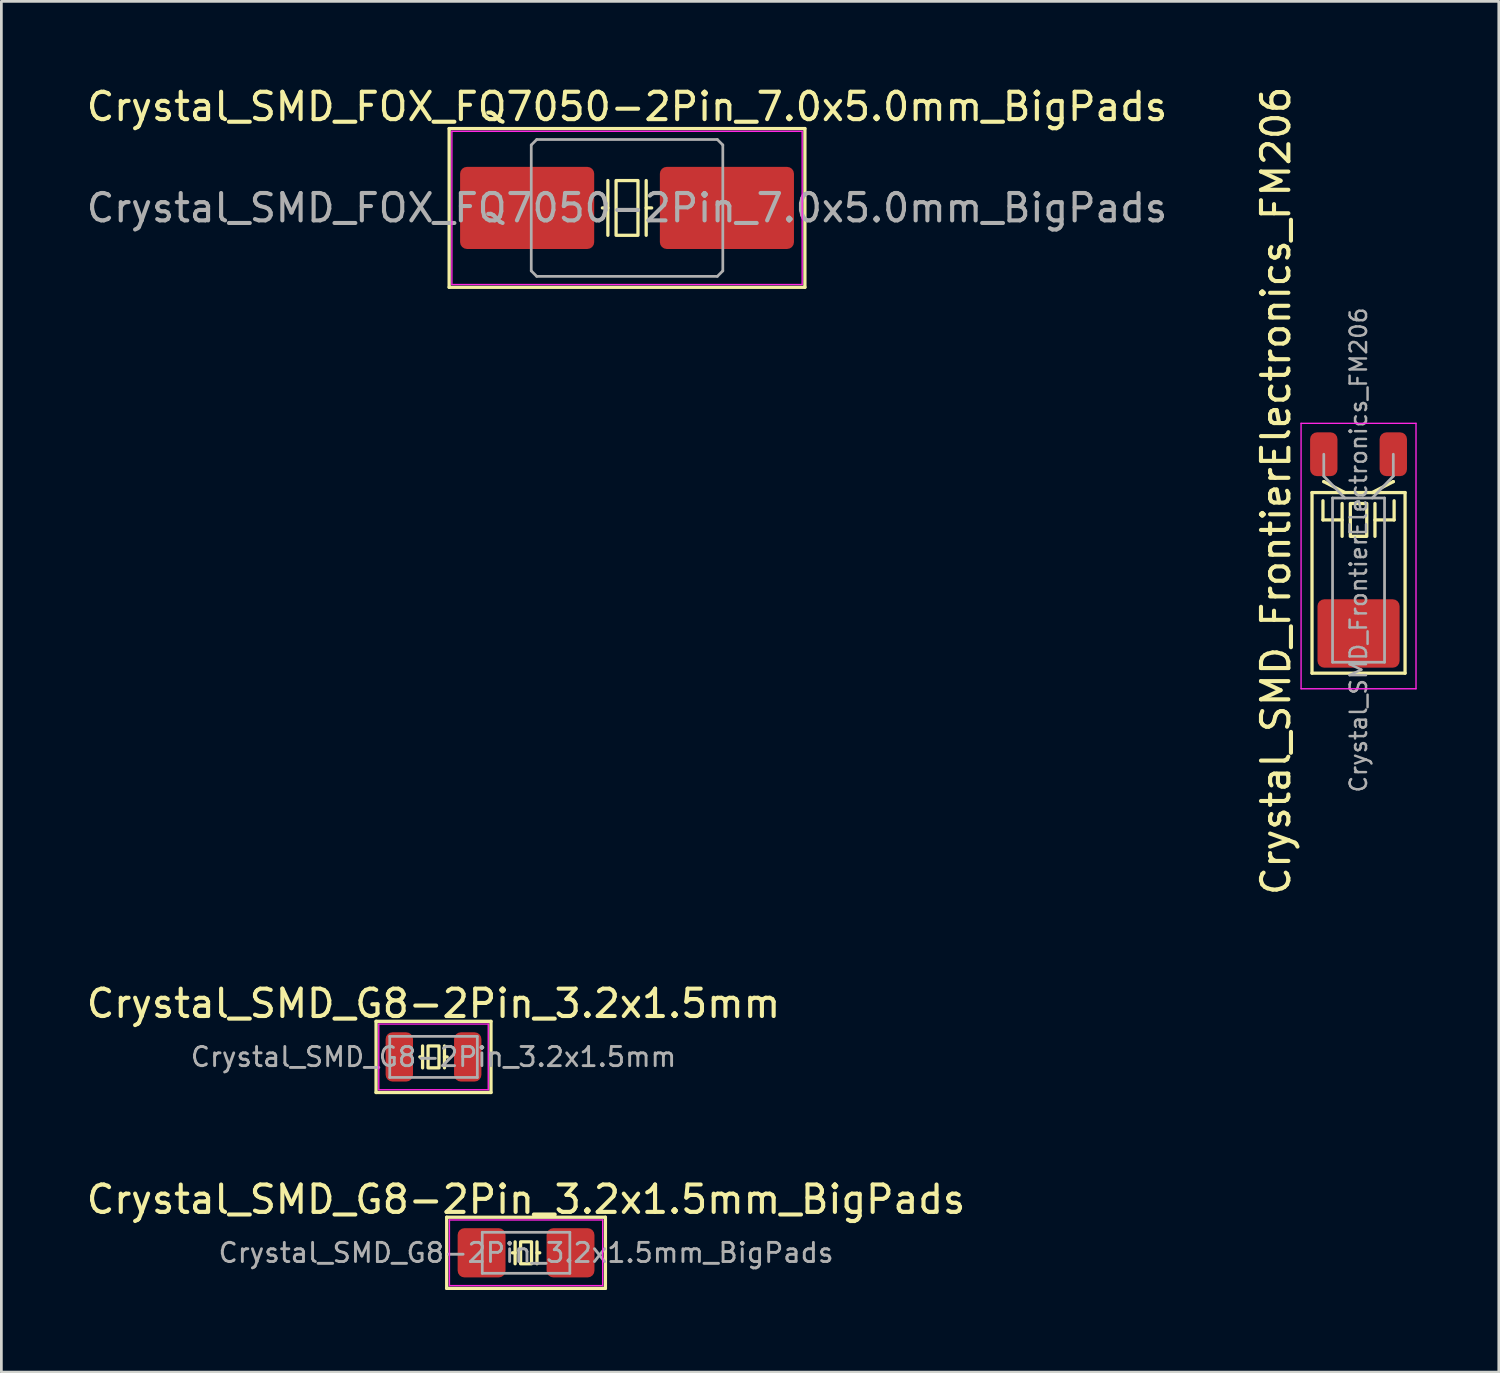
<source format=kicad_pcb>
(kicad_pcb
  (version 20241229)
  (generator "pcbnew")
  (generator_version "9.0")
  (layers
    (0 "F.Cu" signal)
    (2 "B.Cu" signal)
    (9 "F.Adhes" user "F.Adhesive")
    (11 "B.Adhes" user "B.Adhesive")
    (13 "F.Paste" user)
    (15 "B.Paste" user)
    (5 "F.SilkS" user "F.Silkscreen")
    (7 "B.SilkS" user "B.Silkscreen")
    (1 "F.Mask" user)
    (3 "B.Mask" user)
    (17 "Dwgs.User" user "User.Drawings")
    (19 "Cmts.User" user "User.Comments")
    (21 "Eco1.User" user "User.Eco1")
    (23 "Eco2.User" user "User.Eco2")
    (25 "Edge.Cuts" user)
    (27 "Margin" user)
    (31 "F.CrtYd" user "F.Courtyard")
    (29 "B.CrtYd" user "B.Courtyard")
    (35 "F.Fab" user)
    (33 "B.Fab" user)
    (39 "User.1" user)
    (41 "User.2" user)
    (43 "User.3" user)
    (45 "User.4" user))
  (footprint "Crystal_SMD_FrontierElectronics_FM206"
    (layer "F.Cu")
    (at 46.594 17.049)
    (property "Reference" "Crystal_SMD_FrontierElectronics_FM206" (at -3.02 -2.163 90) (layer "F.SilkS") (effects (font (size 1 1) (thickness 0.15))))
    (attr smd)
    (fp_line (start -1.7 -2.1) (end -1.7 4.5) (stroke (width 0.12) (type solid)) (layer "F.SilkS"))
    (fp_line (start -1.7 4.5) (end 1.7 4.5) (stroke (width 0.12) (type solid)) (layer "F.SilkS"))
    (fp_line (start -1.3 -1.1) (end -1.3 -1.8) (stroke (width 0.12) (type solid)) (layer "F.SilkS"))
    (fp_line (start -1.27 -2.5) (end -1.27 -2.5) (stroke (width 0.12) (type solid)) (layer "F.SilkS"))
    (fp_line (start -0.6 -1.7) (end -0.6 -0.5) (stroke (width 0.12) (type solid)) (layer "F.SilkS"))
    (fp_line (start -0.6 -1.1) (end -1.3 -1.1) (stroke (width 0.12) (type solid)) (layer "F.SilkS"))
    (fp_line (start -0.5 -2.1) (end -1.27 -2.5) (stroke (width 0.12) (type solid)) (layer "F.SilkS"))
    (fp_line (start 0.5 -2.1) (end 1.27 -2.5) (stroke (width 0.12) (type solid)) (layer "F.SilkS"))
    (fp_line (start 0.6 -1.7) (end 0.6 -0.5) (stroke (width 0.12) (type solid)) (layer "F.SilkS"))
    (fp_line (start 0.6 -1.1) (end 1.3 -1.1) (stroke (width 0.12) (type solid)) (layer "F.SilkS"))
    (fp_line (start 1.27 -2.5) (end 1.27 -2.5) (stroke (width 0.12) (type solid)) (layer "F.SilkS"))
    (fp_line (start 1.3 -1.1) (end 1.3 -1.8) (stroke (width 0.12) (type solid)) (layer "F.SilkS"))
    (fp_line (start 1.7 -2.1) (end -1.7 -2.1) (stroke (width 0.12) (type solid)) (layer "F.SilkS"))
    (fp_line (start 1.7 4.5) (end 1.7 -2.1) (stroke (width 0.12) (type solid)) (layer "F.SilkS"))
    (fp_rect (start -0.3 -1.7) (end 0.3 -0.5) (stroke (width 0.12) (type solid)) (fill no) (layer "F.SilkS"))
    (fp_line (start -2.1 -4.63) (end -2.1 5.07) (stroke (width 0.05) (type solid)) (layer "F.CrtYd"))
    (fp_line (start -2.1 5.07) (end 2.1 5.07) (stroke (width 0.05) (type solid)) (layer "F.CrtYd"))
    (fp_line (start 2.1 -4.63) (end -2.1 -4.63) (stroke (width 0.05) (type solid)) (layer "F.CrtYd"))
    (fp_line (start 2.1 5.07) (end 2.1 -4.63) (stroke (width 0.05) (type solid)) (layer "F.CrtYd"))
    (fp_line (start -1.27 -2.7) (end -1.27 -3.5) (stroke (width 0.1) (type solid)) (layer "F.Fab"))
    (fp_line (start -0.95 -1.9) (end -0.95 4.1) (stroke (width 0.1) (type solid)) (layer "F.Fab"))
    (fp_line (start -0.95 4.1) (end 0.95 4.1) (stroke (width 0.1) (type solid)) (layer "F.Fab"))
    (fp_line (start -0.5 -1.9) (end -1.27 -2.7) (stroke (width 0.1) (type solid)) (layer "F.Fab"))
    (fp_line (start 0.5 -1.9) (end 1.27 -2.7) (stroke (width 0.1) (type solid)) (layer "F.Fab"))
    (fp_line (start 0.95 -1.9) (end -0.95 -1.9) (stroke (width 0.1) (type solid)) (layer "F.Fab"))
    (fp_line (start 0.95 4.1) (end 0.95 -1.9) (stroke (width 0.1) (type solid)) (layer "F.Fab"))
    (fp_line (start 1.27 -2.7) (end 1.27 -3.5) (stroke (width 0.1) (type solid)) (layer "F.Fab"))
    (fp_text user "${REFERENCE}" (at 0 0 90) (layer "F.Fab") (effects (font (size 0.6 0.6) (thickness 0.09))))
    (pad "1" smd roundrect (at -1.27 -3.5) (size 1 1.6) (layers "F.Cu" "F.Mask" "F.Paste") (roundrect_rratio 0.25))
    (pad "2" smd roundrect (at 1.27 -3.5) (size 1 1.6) (layers "F.Cu" "F.Mask" "F.Paste") (roundrect_rratio 0.25))
    (pad "3" smd roundrect (at 0 3.05) (size 3 2.5) (layers "F.Cu" "F.Mask" "F.Paste") (roundrect_rratio 0.1)))
  (footprint "Crystal_SMD_G8-2Pin_3.2x1.5mm_BigPads"
    (layer "F.Cu")
    (at 16.173 42.73)
    (property "Reference" "Crystal_SMD_G8-2Pin_3.2x1.5mm_BigPads" (at 0 -1.95 0) (layer "F.SilkS") (effects (font (size 1 1) (thickness 0.15))))
    (attr smd)
    (fp_line (start -2.9 -1.3) (end -2.9 1.3) (stroke (width 0.12) (type solid)) (layer "F.SilkS"))
    (fp_line (start -2.9 1.3) (end 2.9 1.3) (stroke (width 0.12) (type solid)) (layer "F.SilkS"))
    (fp_line (start -0.4 -0.4) (end -0.4 0.4) (stroke (width 0.12) (type solid)) (layer "F.SilkS"))
    (fp_line (start -0.4 0) (end -0.5 0) (stroke (width 0.12) (type solid)) (layer "F.SilkS"))
    (fp_line (start 0.4 -0.4) (end 0.4 0.4) (stroke (width 0.12) (type solid)) (layer "F.SilkS"))
    (fp_line (start 0.4 0) (end 0.5 0) (stroke (width 0.12) (type solid)) (layer "F.SilkS"))
    (fp_line (start 2.9 -1.3) (end -2.9 -1.3) (stroke (width 0.12) (type solid)) (layer "F.SilkS"))
    (fp_line (start 2.9 1.3) (end 2.9 -1.3) (stroke (width 0.12) (type solid)) (layer "F.SilkS"))
    (fp_rect (start -0.2 -0.4) (end 0.2 0.4) (stroke (width 0.12) (type solid)) (fill no) (layer "F.SilkS"))
    (fp_line (start -2.8 -1.2) (end -2.8 1.2) (stroke (width 0.05) (type solid)) (layer "F.CrtYd"))
    (fp_line (start -2.8 1.2) (end 2.8 1.2) (stroke (width 0.05) (type solid)) (layer "F.CrtYd"))
    (fp_line (start 2.8 -1.2) (end -2.8 -1.2) (stroke (width 0.05) (type solid)) (layer "F.CrtYd"))
    (fp_line (start 2.8 1.2) (end 2.8 -1.2) (stroke (width 0.05) (type solid)) (layer "F.CrtYd"))
    (fp_line (start -1.6 -0.75) (end -1.6 0.75) (stroke (width 0.1) (type solid)) (layer "F.Fab"))
    (fp_line (start -1.6 0.75) (end 1.6 0.75) (stroke (width 0.1) (type solid)) (layer "F.Fab"))
    (fp_line (start 1.6 -0.75) (end -1.6 -0.75) (stroke (width 0.1) (type solid)) (layer "F.Fab"))
    (fp_line (start 1.6 0.75) (end 1.6 -0.75) (stroke (width 0.1) (type solid)) (layer "F.Fab"))
    (fp_text user "${REFERENCE}" (at 0 0 0) (layer "F.Fab") (effects (font (size 0.7 0.7) (thickness 0.105))))
    (pad "1" smd roundrect (at -1.625 0) (size 1.75 1.8) (layers "F.Cu" "F.Mask" "F.Paste") (roundrect_rratio 0.143))
    (pad "2" smd roundrect (at 1.625 0) (size 1.75 1.8) (layers "F.Cu" "F.Mask" "F.Paste") (roundrect_rratio 0.143)))
  (footprint "Crystal_SMD_G8-2Pin_3.2x1.5mm"
    (layer "F.Cu")
    (at 12.792 35.572)
    (property "Reference" "Crystal_SMD_G8-2Pin_3.2x1.5mm" (at 0 -1.95 0) (layer "F.SilkS") (effects (font (size 1 1) (thickness 0.15))))
    (attr smd)
    (fp_line (start -2.1 -1.3) (end -2.1 1.3) (stroke (width 0.12) (type solid)) (layer "F.SilkS"))
    (fp_line (start -2.1 1.3) (end 2.1 1.3) (stroke (width 0.12) (type solid)) (layer "F.SilkS"))
    (fp_line (start -0.4 -0.4) (end -0.4 0.4) (stroke (width 0.12) (type solid)) (layer "F.SilkS"))
    (fp_line (start -0.4 0) (end -0.5 0) (stroke (width 0.12) (type solid)) (layer "F.SilkS"))
    (fp_line (start 0.4 -0.4) (end 0.4 0.4) (stroke (width 0.12) (type solid)) (layer "F.SilkS"))
    (fp_line (start 0.4 0) (end 0.5 0) (stroke (width 0.12) (type solid)) (layer "F.SilkS"))
    (fp_line (start 2.1 -1.3) (end -2.1 -1.3) (stroke (width 0.12) (type solid)) (layer "F.SilkS"))
    (fp_line (start 2.1 1.3) (end 2.1 -1.3) (stroke (width 0.12) (type solid)) (layer "F.SilkS"))
    (fp_rect (start -0.2 -0.4) (end 0.2 0.4) (stroke (width 0.12) (type solid)) (fill no) (layer "F.SilkS"))
    (fp_line (start -2 -1.2) (end -2 1.2) (stroke (width 0.05) (type solid)) (layer "F.CrtYd"))
    (fp_line (start -2 1.2) (end 2 1.2) (stroke (width 0.05) (type solid)) (layer "F.CrtYd"))
    (fp_line (start 2 -1.2) (end -2 -1.2) (stroke (width 0.05) (type solid)) (layer "F.CrtYd"))
    (fp_line (start 2 1.2) (end 2 -1.2) (stroke (width 0.05) (type solid)) (layer "F.CrtYd"))
    (fp_line (start -1.6 -0.75) (end -1.6 0.75) (stroke (width 0.1) (type solid)) (layer "F.Fab"))
    (fp_line (start -1.6 0.75) (end 1.6 0.75) (stroke (width 0.1) (type solid)) (layer "F.Fab"))
    (fp_line (start 1.6 -0.75) (end -1.6 -0.75) (stroke (width 0.1) (type solid)) (layer "F.Fab"))
    (fp_line (start 1.6 0.75) (end 1.6 -0.75) (stroke (width 0.1) (type solid)) (layer "F.Fab"))
    (fp_text user "${REFERENCE}" (at 0 0 0) (layer "F.Fab") (effects (font (size 0.7 0.7) (thickness 0.105))))
    (pad "1" smd roundrect (at -1.25 0) (size 1 1.8) (layers "F.Cu" "F.Mask" "F.Paste") (roundrect_rratio 0.25))
    (pad "2" smd roundrect (at 1.25 0) (size 1 1.8) (layers "F.Cu" "F.Mask" "F.Paste") (roundrect_rratio 0.25)))
  (footprint "Crystal_SMD_FOX_FQ7050-2Pin_7.0x5.0mm_BigPads"
    (layer "F.Cu")
    (at 19.863 4.548)
    (property "Reference" "Crystal_SMD_FOX_FQ7050-2Pin_7.0x5.0mm_BigPads" (at 0 -3.7 0) (layer "F.SilkS") (effects (font (size 1 1) (thickness 0.15))))
    (attr smd)
    (fp_line (start -6.5 -2.9) (end -6.5 2.9) (stroke (width 0.12) (type solid)) (layer "F.SilkS"))
    (fp_line (start -6.5 2.9) (end 6.5 2.9) (stroke (width 0.12) (type solid)) (layer "F.SilkS"))
    (fp_line (start -0.7 -1) (end -0.7 1) (stroke (width 0.12) (type solid)) (layer "F.SilkS"))
    (fp_line (start -0.7 0) (end -0.9 0) (stroke (width 0.12) (type solid)) (layer "F.SilkS"))
    (fp_line (start 0.7 -1) (end 0.7 1) (stroke (width 0.12) (type solid)) (layer "F.SilkS"))
    (fp_line (start 0.7 0) (end 0.9 0) (stroke (width 0.12) (type solid)) (layer "F.SilkS"))
    (fp_line (start 6.5 -2.9) (end -6.5 -2.9) (stroke (width 0.12) (type solid)) (layer "F.SilkS"))
    (fp_line (start 6.5 2.9) (end 6.5 -2.9) (stroke (width 0.12) (type solid)) (layer "F.SilkS"))
    (fp_rect (start -0.4 -1) (end 0.4 1) (stroke (width 0.12) (type solid)) (fill no) (layer "F.SilkS"))
    (fp_line (start -6.4 -2.8) (end -6.4 2.8) (stroke (width 0.05) (type solid)) (layer "F.CrtYd"))
    (fp_line (start -6.4 2.8) (end 6.4 2.8) (stroke (width 0.05) (type solid)) (layer "F.CrtYd"))
    (fp_line (start 6.4 -2.8) (end -6.4 -2.8) (stroke (width 0.05) (type solid)) (layer "F.CrtYd"))
    (fp_line (start 6.4 2.8) (end 6.4 -2.8) (stroke (width 0.05) (type solid)) (layer "F.CrtYd"))
    (fp_line (start -3.5 -2.3) (end -3.3 -2.5) (stroke (width 0.1) (type solid)) (layer "F.Fab"))
    (fp_line (start -3.5 2.3) (end -3.5 -2.3) (stroke (width 0.1) (type solid)) (layer "F.Fab"))
    (fp_line (start -3.3 -2.5) (end 3.3 -2.5) (stroke (width 0.1) (type solid)) (layer "F.Fab"))
    (fp_line (start -3.3 2.5) (end -3.5 2.3) (stroke (width 0.1) (type solid)) (layer "F.Fab"))
    (fp_line (start 3.3 -2.5) (end 3.5 -2.3) (stroke (width 0.1) (type solid)) (layer "F.Fab"))
    (fp_line (start 3.3 2.5) (end -3.3 2.5) (stroke (width 0.1) (type solid)) (layer "F.Fab"))
    (fp_line (start 3.5 -2.3) (end 3.5 2.3) (stroke (width 0.1) (type solid)) (layer "F.Fab"))
    (fp_line (start 3.5 2.3) (end 3.3 2.5) (stroke (width 0.1) (type solid)) (layer "F.Fab"))
    (fp_text user "${REFERENCE}" (at 0 0 0) (layer "F.Fab") (effects (font (size 1 1) (thickness 0.15))))
    (pad "1" smd roundrect (at -3.65 0) (size 4.9 3) (layers "F.Cu" "F.Mask" "F.Paste") (roundrect_rratio 0.083))
    (pad "2" smd roundrect (at 3.65 0) (size 4.9 3) (layers "F.Cu" "F.Mask" "F.Paste") (roundrect_rratio 0.083)))
  (gr_rect
    (start -3 -3)
    (end 51.719 47.09)
    (stroke (width 0.1) (type default))
    (fill no)
    (layer "Edge.Cuts")))
</source>
